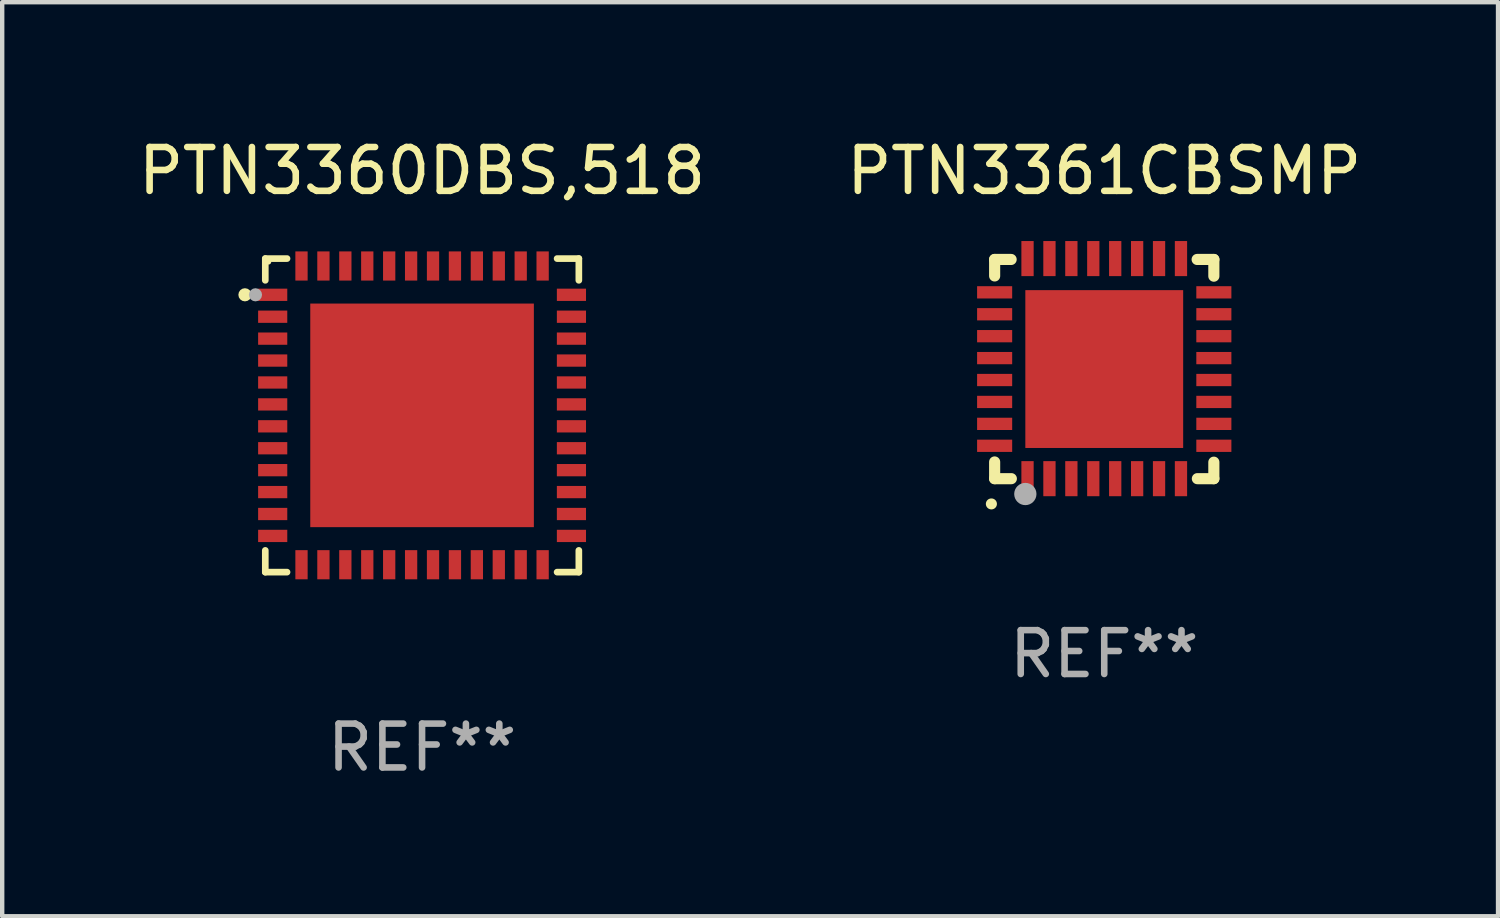
<source format=kicad_pcb>
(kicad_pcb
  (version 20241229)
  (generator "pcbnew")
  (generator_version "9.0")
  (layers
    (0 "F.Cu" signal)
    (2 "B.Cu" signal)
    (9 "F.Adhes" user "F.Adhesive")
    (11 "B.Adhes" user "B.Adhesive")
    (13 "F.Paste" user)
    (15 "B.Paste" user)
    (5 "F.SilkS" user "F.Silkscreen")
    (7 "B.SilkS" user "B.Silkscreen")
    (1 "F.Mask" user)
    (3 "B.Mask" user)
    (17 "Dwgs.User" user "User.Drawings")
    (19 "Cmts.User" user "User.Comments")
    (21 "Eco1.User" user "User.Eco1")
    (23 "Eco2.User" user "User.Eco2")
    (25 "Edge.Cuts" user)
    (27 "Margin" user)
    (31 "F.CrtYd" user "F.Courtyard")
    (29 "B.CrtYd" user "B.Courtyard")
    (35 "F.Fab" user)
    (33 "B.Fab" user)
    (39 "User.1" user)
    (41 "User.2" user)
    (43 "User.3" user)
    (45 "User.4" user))
  (footprint "PTN3360DBS,518"
    (layer "F.Cu")
    (at 6.577 6.424)
    (property "Reference" "PTN3360DBS,518" (at 0 -5.576 0) (layer "F.SilkS") (effects (font (size 1 1) (thickness 0.15))))
    (attr through_hole)
    (fp_line (start -3.576 -3.576) (end -3.576 -3.08) (stroke (width 0.152) (type solid)) (layer "F.SilkS"))
    (fp_line (start -3.576 3.576) (end -3.576 3.08) (stroke (width 0.152) (type solid)) (layer "F.SilkS"))
    (fp_line (start -3.08 -3.576) (end -3.576 -3.576) (stroke (width 0.152) (type solid)) (layer "F.SilkS"))
    (fp_line (start -3.08 3.576) (end -3.576 3.576) (stroke (width 0.152) (type solid)) (layer "F.SilkS"))
    (fp_line (start 3.08 -3.576) (end 3.576 -3.576) (stroke (width 0.152) (type solid)) (layer "F.SilkS"))
    (fp_line (start 3.08 3.576) (end 3.576 3.576) (stroke (width 0.152) (type solid)) (layer "F.SilkS"))
    (fp_line (start 3.576 -3.576) (end 3.576 -3.08) (stroke (width 0.152) (type solid)) (layer "F.SilkS"))
    (fp_line (start 3.576 3.576) (end 3.576 3.08) (stroke (width 0.152) (type solid)) (layer "F.SilkS"))
    (fp_circle (center -4.04 -2.75) (end -3.965 -2.75) (stroke (width 0.15) (type solid)) (fill no) (layer "F.SilkS"))
    (fp_circle (center -3.5 -3.5) (end -3.47 -3.5) (stroke (width 0.06) (type solid)) (fill no) (layer "F.SilkS"))
    (fp_circle (center -3.8 -2.75) (end -3.725 -2.75) (stroke (width 0.15) (type solid)) (fill no) (layer "F.Fab"))
    (fp_text user "REF**" (at 0 7.576 0) (layer "F.Fab") (effects (font (size 1 1) (thickness 0.15))))
    (pad "1" smd rect (at -3.407 -2.75) (size 0.665 0.28) (layers "F.Cu" "F.Mask" "F.Paste"))
    (pad "2" smd rect (at -3.407 -2.25) (size 0.665 0.28) (layers "F.Cu" "F.Mask" "F.Paste"))
    (pad "3" smd rect (at -3.407 -1.75) (size 0.665 0.28) (layers "F.Cu" "F.Mask" "F.Paste"))
    (pad "4" smd rect (at -3.407 -1.25) (size 0.665 0.28) (layers "F.Cu" "F.Mask" "F.Paste"))
    (pad "5" smd rect (at -3.407 -0.75) (size 0.665 0.28) (layers "F.Cu" "F.Mask" "F.Paste"))
    (pad "6" smd rect (at -3.407 -0.25) (size 0.665 0.28) (layers "F.Cu" "F.Mask" "F.Paste"))
    (pad "7" smd rect (at -3.407 0.25) (size 0.665 0.28) (layers "F.Cu" "F.Mask" "F.Paste"))
    (pad "8" smd rect (at -3.407 0.75) (size 0.665 0.28) (layers "F.Cu" "F.Mask" "F.Paste"))
    (pad "9" smd rect (at -3.407 1.25) (size 0.665 0.28) (layers "F.Cu" "F.Mask" "F.Paste"))
    (pad "10" smd rect (at -3.407 1.75) (size 0.665 0.28) (layers "F.Cu" "F.Mask" "F.Paste"))
    (pad "11" smd rect (at -3.407 2.25) (size 0.665 0.28) (layers "F.Cu" "F.Mask" "F.Paste"))
    (pad "12" smd rect (at -3.407 2.75) (size 0.665 0.28) (layers "F.Cu" "F.Mask" "F.Paste"))
    (pad "13" smd rect (at -2.75 3.407) (size 0.28 0.665) (layers "F.Cu" "F.Mask" "F.Paste"))
    (pad "14" smd rect (at -2.25 3.407) (size 0.28 0.665) (layers "F.Cu" "F.Mask" "F.Paste"))
    (pad "15" smd rect (at -1.75 3.407) (size 0.28 0.665) (layers "F.Cu" "F.Mask" "F.Paste"))
    (pad "16" smd rect (at -1.25 3.407) (size 0.28 0.665) (layers "F.Cu" "F.Mask" "F.Paste"))
    (pad "17" smd rect (at -0.75 3.407) (size 0.28 0.665) (layers "F.Cu" "F.Mask" "F.Paste"))
    (pad "18" smd rect (at -0.25 3.407) (size 0.28 0.665) (layers "F.Cu" "F.Mask" "F.Paste"))
    (pad "19" smd rect (at 0.25 3.407) (size 0.28 0.665) (layers "F.Cu" "F.Mask" "F.Paste"))
    (pad "20" smd rect (at 0.75 3.407) (size 0.28 0.665) (layers "F.Cu" "F.Mask" "F.Paste"))
    (pad "21" smd rect (at 1.25 3.407) (size 0.28 0.665) (layers "F.Cu" "F.Mask" "F.Paste"))
    (pad "22" smd rect (at 1.75 3.407) (size 0.28 0.665) (layers "F.Cu" "F.Mask" "F.Paste"))
    (pad "23" smd rect (at 2.25 3.407) (size 0.28 0.665) (layers "F.Cu" "F.Mask" "F.Paste"))
    (pad "24" smd rect (at 2.75 3.407) (size 0.28 0.665) (layers "F.Cu" "F.Mask" "F.Paste"))
    (pad "25" smd rect (at 3.407 2.75) (size 0.665 0.28) (layers "F.Cu" "F.Mask" "F.Paste"))
    (pad "26" smd rect (at 3.407 2.25) (size 0.665 0.28) (layers "F.Cu" "F.Mask" "F.Paste"))
    (pad "27" smd rect (at 3.407 1.75) (size 0.665 0.28) (layers "F.Cu" "F.Mask" "F.Paste"))
    (pad "28" smd rect (at 3.407 1.25) (size 0.665 0.28) (layers "F.Cu" "F.Mask" "F.Paste"))
    (pad "29" smd rect (at 3.407 0.75) (size 0.665 0.28) (layers "F.Cu" "F.Mask" "F.Paste"))
    (pad "30" smd rect (at 3.407 0.25) (size 0.665 0.28) (layers "F.Cu" "F.Mask" "F.Paste"))
    (pad "31" smd rect (at 3.407 -0.25) (size 0.665 0.28) (layers "F.Cu" "F.Mask" "F.Paste"))
    (pad "32" smd rect (at 3.407 -0.75) (size 0.665 0.28) (layers "F.Cu" "F.Mask" "F.Paste"))
    (pad "33" smd rect (at 3.407 -1.25) (size 0.665 0.28) (layers "F.Cu" "F.Mask" "F.Paste"))
    (pad "34" smd rect (at 3.407 -1.75) (size 0.665 0.28) (layers "F.Cu" "F.Mask" "F.Paste"))
    (pad "35" smd rect (at 3.407 -2.25) (size 0.665 0.28) (layers "F.Cu" "F.Mask" "F.Paste"))
    (pad "36" smd rect (at 3.407 -2.75) (size 0.665 0.28) (layers "F.Cu" "F.Mask" "F.Paste"))
    (pad "37" smd rect (at 2.75 -3.407) (size 0.28 0.665) (layers "F.Cu" "F.Mask" "F.Paste"))
    (pad "38" smd rect (at 2.25 -3.407) (size 0.28 0.665) (layers "F.Cu" "F.Mask" "F.Paste"))
    (pad "39" smd rect (at 1.75 -3.407) (size 0.28 0.665) (layers "F.Cu" "F.Mask" "F.Paste"))
    (pad "40" smd rect (at 1.25 -3.407) (size 0.28 0.665) (layers "F.Cu" "F.Mask" "F.Paste"))
    (pad "41" smd rect (at 0.75 -3.407) (size 0.28 0.665) (layers "F.Cu" "F.Mask" "F.Paste"))
    (pad "42" smd rect (at 0.25 -3.407) (size 0.28 0.665) (layers "F.Cu" "F.Mask" "F.Paste"))
    (pad "43" smd rect (at -0.25 -3.407) (size 0.28 0.665) (layers "F.Cu" "F.Mask" "F.Paste"))
    (pad "44" smd rect (at -0.75 -3.407) (size 0.28 0.665) (layers "F.Cu" "F.Mask" "F.Paste"))
    (pad "45" smd rect (at -1.25 -3.407) (size 0.28 0.665) (layers "F.Cu" "F.Mask" "F.Paste"))
    (pad "46" smd rect (at -1.75 -3.407) (size 0.28 0.665) (layers "F.Cu" "F.Mask" "F.Paste"))
    (pad "47" smd rect (at -2.25 -3.407) (size 0.28 0.665) (layers "F.Cu" "F.Mask" "F.Paste"))
    (pad "48" smd rect (at -2.75 -3.407) (size 0.28 0.665) (layers "F.Cu" "F.Mask" "F.Paste"))
    (pad "49" smd rect (at 0 0) (size 5.1 5.1) (layers "F.Cu" "F.Mask" "F.Paste")))
  (footprint "PTN3361CBSMP"
    (layer "F.Cu")
    (at 22.137 5.358)
    (property "Reference" "PTN3361CBSMP" (at 0 -4.51 0) (layer "F.SilkS") (effects (font (size 1 1) (thickness 0.15))))
    (attr through_hole)
    (fp_line (start -2.5 -2.49) (end -2.124 -2.49) (stroke (width 0.254) (type solid)) (layer "F.SilkS"))
    (fp_line (start -2.5 -2.114) (end -2.5 -2.49) (stroke (width 0.254) (type solid)) (layer "F.SilkS"))
    (fp_line (start -2.5 2.51) (end -2.5 2.129) (stroke (width 0.254) (type solid)) (layer "F.SilkS"))
    (fp_line (start -2.5 2.51) (end -2.119 2.51) (stroke (width 0.254) (type solid)) (layer "F.SilkS"))
    (fp_line (start 2.119 -2.49) (end 2.5 -2.49) (stroke (width 0.254) (type solid)) (layer "F.SilkS"))
    (fp_line (start 2.124 2.51) (end 2.5 2.51) (stroke (width 0.254) (type solid)) (layer "F.SilkS"))
    (fp_line (start 2.5 -2.49) (end 2.5 -2.109) (stroke (width 0.254) (type solid)) (layer "F.SilkS"))
    (fp_line (start 2.5 2.134) (end 2.5 2.51) (stroke (width 0.254) (type solid)) (layer "F.SilkS"))
    (fp_arc (start -2.57554 3.086005) (mid -2.57427 3.085999) (end -2.573 3.086005) (stroke (width 0.25) (type solid)) (layer "F.SilkS"))
    (fp_circle (center -2.5 2.5) (end -2.45 2.5) (stroke (width 0.1) (type solid)) (fill no) (layer "F.SilkS"))
    (fp_circle (center -1.8 2.86) (end -1.673 2.86) (stroke (width 0.254) (type solid)) (fill no) (layer "F.Fab"))
    (fp_text user "REF**" (at 0 6.51 0) (layer "F.Fab") (effects (font (size 1 1) (thickness 0.15))))
    (pad "1" smd rect (at -1.75 2.51) (size 0.28 0.8) (layers "F.Cu" "F.Mask" "F.Paste"))
    (pad "2" smd rect (at -1.25 2.51) (size 0.28 0.8) (layers "F.Cu" "F.Mask" "F.Paste"))
    (pad "3" smd rect (at -0.75 2.51) (size 0.28 0.8) (layers "F.Cu" "F.Mask" "F.Paste"))
    (pad "4" smd rect (at -0.25 2.51) (size 0.28 0.8) (layers "F.Cu" "F.Mask" "F.Paste"))
    (pad "5" smd rect (at 0.25 2.51) (size 0.28 0.8) (layers "F.Cu" "F.Mask" "F.Paste"))
    (pad "6" smd rect (at 0.75 2.51) (size 0.28 0.8) (layers "F.Cu" "F.Mask" "F.Paste"))
    (pad "7" smd rect (at 1.25 2.51) (size 0.28 0.8) (layers "F.Cu" "F.Mask" "F.Paste"))
    (pad "8" smd rect (at 1.75 2.51) (size 0.28 0.8) (layers "F.Cu" "F.Mask" "F.Paste"))
    (pad "9" smd rect (at 2.5 1.76) (size 0.8 0.28) (layers "F.Cu" "F.Mask" "F.Paste"))
    (pad "10" smd rect (at 2.5 1.26) (size 0.8 0.28) (layers "F.Cu" "F.Mask" "F.Paste"))
    (pad "11" smd rect (at 2.5 0.76) (size 0.8 0.28) (layers "F.Cu" "F.Mask" "F.Paste"))
    (pad "12" smd rect (at 2.5 0.26) (size 0.8 0.28) (layers "F.Cu" "F.Mask" "F.Paste"))
    (pad "13" smd rect (at 2.5 -0.24) (size 0.8 0.28) (layers "F.Cu" "F.Mask" "F.Paste"))
    (pad "14" smd rect (at 2.5 -0.74) (size 0.8 0.28) (layers "F.Cu" "F.Mask" "F.Paste"))
    (pad "15" smd rect (at 2.5 -1.24) (size 0.8 0.28) (layers "F.Cu" "F.Mask" "F.Paste"))
    (pad "16" smd rect (at 2.5 -1.74) (size 0.8 0.28) (layers "F.Cu" "F.Mask" "F.Paste"))
    (pad "17" smd rect (at 1.75 -2.51) (size 0.28 0.8) (layers "F.Cu" "F.Mask" "F.Paste"))
    (pad "18" smd rect (at 1.25 -2.51) (size 0.28 0.8) (layers "F.Cu" "F.Mask" "F.Paste"))
    (pad "19" smd rect (at 0.75 -2.51) (size 0.28 0.8) (layers "F.Cu" "F.Mask" "F.Paste"))
    (pad "20" smd rect (at 0.25 -2.51) (size 0.28 0.8) (layers "F.Cu" "F.Mask" "F.Paste"))
    (pad "21" smd rect (at -0.25 -2.51) (size 0.28 0.8) (layers "F.Cu" "F.Mask" "F.Paste"))
    (pad "22" smd rect (at -0.75 -2.51) (size 0.28 0.8) (layers "F.Cu" "F.Mask" "F.Paste"))
    (pad "23" smd rect (at -1.25 -2.51) (size 0.28 0.8) (layers "F.Cu" "F.Mask" "F.Paste"))
    (pad "24" smd rect (at -1.75 -2.51) (size 0.28 0.8) (layers "F.Cu" "F.Mask" "F.Paste"))
    (pad "25" smd rect (at -2.5 -1.74) (size 0.8 0.28) (layers "F.Cu" "F.Mask" "F.Paste"))
    (pad "26" smd rect (at -2.5 -1.24) (size 0.8 0.28) (layers "F.Cu" "F.Mask" "F.Paste"))
    (pad "27" smd rect (at -2.5 -0.74) (size 0.8 0.28) (layers "F.Cu" "F.Mask" "F.Paste"))
    (pad "28" smd rect (at -2.5 -0.24) (size 0.8 0.28) (layers "F.Cu" "F.Mask" "F.Paste"))
    (pad "29" smd rect (at -2.5 0.26) (size 0.8 0.28) (layers "F.Cu" "F.Mask" "F.Paste"))
    (pad "30" smd rect (at -2.5 0.76) (size 0.8 0.28) (layers "F.Cu" "F.Mask" "F.Paste"))
    (pad "31" smd rect (at -2.5 1.26) (size 0.8 0.28) (layers "F.Cu" "F.Mask" "F.Paste"))
    (pad "32" smd rect (at -2.5 1.76) (size 0.8 0.28) (layers "F.Cu" "F.Mask" "F.Paste"))
    (pad "33" smd rect (at 0.000102 0.01) (size 3.6 3.6) (layers "F.Cu" "F.Mask" "F.Paste")))
  (gr_rect
    (start -3 -3)
    (end 31.119 17.849)
    (stroke (width 0.1) (type default))
    (fill no)
    (layer "Edge.Cuts")))
</source>
